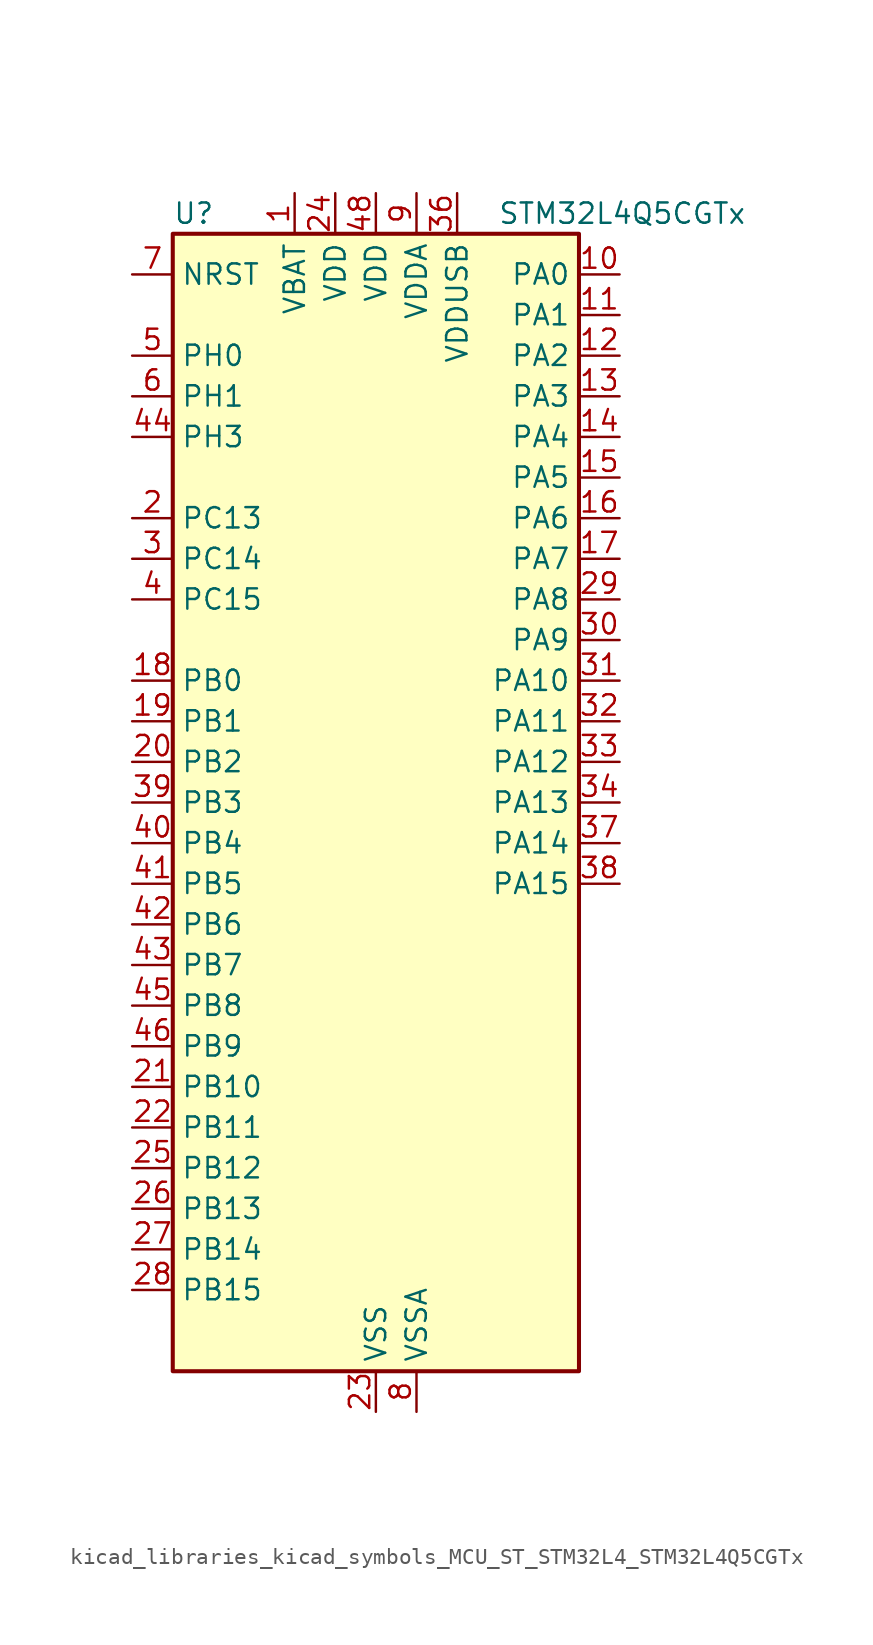
<source format=kicad_sym>
(kicad_symbol_lib
  (version 20220914)
  (generator kicad_symbol_editor)
  (symbol "kicad_libraries_kicad_symbols_MCU_ST_STM32L4_STM32L4Q5CGTx"
    (property "Reference" "U"
      (at -12.7 36.83 0)
      (effects (font (size 1.27 1.27)) (justify left)))
    (property "Value" "STM32L4Q5CGTx"
      (at 7.62 36.83 0)
      (effects (font (size 1.27 1.27)) (justify left)))
    (property "ki_locked" ""
      (at 0 0 0)
      (effects (font (size 1.27 1.27))))
    (symbol "kicad_libraries_kicad_symbols_MCU_ST_STM32L4_STM32L4Q5CGTx_0_1"
      (rectangle (start -12.7 -35.56) (end 12.7 35.56) (stroke (width 0.254) (type default)) (fill (type background))))
    (symbol "kicad_libraries_kicad_symbols_MCU_ST_STM32L4_STM32L4Q5CGTx_1_1"
      (pin power_in line (at -5.08 38.1 270) (length 2.54) (name "VBAT" (effects (font (size 1.27 1.27)))) (number "1" (effects (font (size 1.27 1.27)))))
      (pin bidirectional line (at 15.24 33.02 180) (length 2.54) (name "PA0" (effects (font (size 1.27 1.27)))) (number "10" (effects (font (size 1.27 1.27)))) (alternate "ADC1_IN5" bidirectional line) (alternate "ADC2_IN5" bidirectional line) (alternate "OPAMP1_VINP" bidirectional line) (alternate "RTC_TAMP2" bidirectional line) (alternate "SAI1_EXTCLK" bidirectional line) (alternate "SYS_WKUP1" bidirectional line) (alternate "TIM2_CH1" bidirectional line) (alternate "TIM2_ETR" bidirectional line) (alternate "TIM5_CH1" bidirectional line) (alternate "TIM8_ETR" bidirectional line) (alternate "UART4_TX" bidirectional line) (alternate "USART2_CTS" bidirectional line) (alternate "USART2_NSS" bidirectional line))
      (pin bidirectional line (at 15.24 30.48 180) (length 2.54) (name "PA1" (effects (font (size 1.27 1.27)))) (number "11" (effects (font (size 1.27 1.27)))) (alternate "ADC1_IN6" bidirectional line) (alternate "ADC2_IN6" bidirectional line) (alternate "I2C1_SMBA" bidirectional line) (alternate "OCTOSPIM_P1_DQS" bidirectional line) (alternate "OPAMP1_VINM" bidirectional line) (alternate "SDMMC2_CMD" bidirectional line) (alternate "SPI1_SCK" bidirectional line) (alternate "TIM15_CH1N" bidirectional line) (alternate "TIM2_CH2" bidirectional line) (alternate "TIM5_CH2" bidirectional line) (alternate "UART4_RX" bidirectional line) (alternate "USART2_DE" bidirectional line) (alternate "USART2_RTS" bidirectional line))
      (pin bidirectional line (at 15.24 27.94 180) (length 2.54) (name "PA2" (effects (font (size 1.27 1.27)))) (number "12" (effects (font (size 1.27 1.27)))) (alternate "ADC1_IN7" bidirectional line) (alternate "ADC2_IN7" bidirectional line) (alternate "LPUART1_TX" bidirectional line) (alternate "OCTOSPIM_P1_NCS" bidirectional line) (alternate "RCC_LSCO" bidirectional line) (alternate "SAI2_EXTCLK" bidirectional line) (alternate "SYS_WKUP4" bidirectional line) (alternate "TIM15_CH1" bidirectional line) (alternate "TIM2_CH3" bidirectional line) (alternate "TIM5_CH3" bidirectional line) (alternate "USART2_TX" bidirectional line))
      (pin bidirectional line (at 15.24 25.4 180) (length 2.54) (name "PA3" (effects (font (size 1.27 1.27)))) (number "13" (effects (font (size 1.27 1.27)))) (alternate "ADC1_IN8" bidirectional line) (alternate "ADC2_IN8" bidirectional line) (alternate "LPUART1_RX" bidirectional line) (alternate "OCTOSPIM_P1_CLK" bidirectional line) (alternate "OPAMP1_VOUT" bidirectional line) (alternate "SAI1_CK1" bidirectional line) (alternate "SAI1_MCLK_A" bidirectional line) (alternate "TIM15_CH2" bidirectional line) (alternate "TIM2_CH4" bidirectional line) (alternate "TIM5_CH4" bidirectional line) (alternate "USART2_RX" bidirectional line))
      (pin bidirectional line (at 15.24 22.86 180) (length 2.54) (name "PA4" (effects (font (size 1.27 1.27)))) (number "14" (effects (font (size 1.27 1.27)))) (alternate "ADC1_IN9" bidirectional line) (alternate "ADC2_IN9" bidirectional line) (alternate "DAC1_OUT1" bidirectional line) (alternate "LPTIM2_OUT" bidirectional line) (alternate "LTDC_CLK" bidirectional line) (alternate "OCTOSPIM_P1_NCS" bidirectional line) (alternate "SAI1_FS_B" bidirectional line) (alternate "SPI1_NSS" bidirectional line) (alternate "SPI3_NSS" bidirectional line) (alternate "USART2_CK" bidirectional line))
      (pin bidirectional line (at 15.24 20.32 180) (length 2.54) (name "PA5" (effects (font (size 1.27 1.27)))) (number "15" (effects (font (size 1.27 1.27)))) (alternate "ADC1_IN10" bidirectional line) (alternate "ADC2_IN10" bidirectional line) (alternate "DAC1_OUT2" bidirectional line) (alternate "LPTIM2_ETR" bidirectional line) (alternate "LTDC_R7" bidirectional line) (alternate "SPI1_SCK" bidirectional line) (alternate "TIM2_CH1" bidirectional line) (alternate "TIM2_ETR" bidirectional line) (alternate "TIM8_CH1N" bidirectional line))
      (pin bidirectional line (at 15.24 17.78 180) (length 2.54) (name "PA6" (effects (font (size 1.27 1.27)))) (number "16" (effects (font (size 1.27 1.27)))) (alternate "ADC1_IN11" bidirectional line) (alternate "ADC2_IN11" bidirectional line) (alternate "LPUART1_CTS" bidirectional line) (alternate "OCTOSPIM_P1_IO3" bidirectional line) (alternate "OPAMP2_VINP" bidirectional line) (alternate "SPI1_MISO" bidirectional line) (alternate "TIM16_CH1" bidirectional line) (alternate "TIM1_BKIN" bidirectional line) (alternate "TIM3_CH1" bidirectional line) (alternate "TIM8_BKIN" bidirectional line) (alternate "USART3_CTS" bidirectional line) (alternate "USART3_NSS" bidirectional line))
      (pin bidirectional line (at 15.24 15.24 180) (length 2.54) (name "PA7" (effects (font (size 1.27 1.27)))) (number "17" (effects (font (size 1.27 1.27)))) (alternate "ADC1_IN12" bidirectional line) (alternate "ADC2_IN12" bidirectional line) (alternate "I2C3_SCL" bidirectional line) (alternate "OCTOSPIM_P1_IO2" bidirectional line) (alternate "OPAMP2_VINM" bidirectional line) (alternate "SPI1_MOSI" bidirectional line) (alternate "TIM17_CH1" bidirectional line) (alternate "TIM1_CH1N" bidirectional line) (alternate "TIM3_CH2" bidirectional line) (alternate "TIM8_CH1N" bidirectional line))
      (pin bidirectional line (at -15.24 7.62 0) (length 2.54) (name "PB0" (effects (font (size 1.27 1.27)))) (number "18" (effects (font (size 1.27 1.27)))) (alternate "ADC1_IN15" bidirectional line) (alternate "ADC2_IN15" bidirectional line) (alternate "COMP1_OUT" bidirectional line) (alternate "LTDC_B6" bidirectional line) (alternate "OCTOSPIM_P1_IO1" bidirectional line) (alternate "OPAMP2_VOUT" bidirectional line) (alternate "SAI1_EXTCLK" bidirectional line) (alternate "SPI1_NSS" bidirectional line) (alternate "TIM1_CH2N" bidirectional line) (alternate "TIM3_CH3" bidirectional line) (alternate "TIM8_CH2N" bidirectional line) (alternate "USART3_CK" bidirectional line))
      (pin bidirectional line (at -15.24 5.08 0) (length 2.54) (name "PB1" (effects (font (size 1.27 1.27)))) (number "19" (effects (font (size 1.27 1.27)))) (alternate "ADC1_IN16" bidirectional line) (alternate "ADC2_IN16" bidirectional line) (alternate "COMP1_INM" bidirectional line) (alternate "DFSDM1_DATIN0" bidirectional line) (alternate "LPTIM2_IN1" bidirectional line) (alternate "LPUART1_DE" bidirectional line) (alternate "LPUART1_RTS" bidirectional line) (alternate "LTDC_G6" bidirectional line) (alternate "OCTOSPIM_P1_IO0" bidirectional line) (alternate "TIM1_CH3N" bidirectional line) (alternate "TIM3_CH4" bidirectional line) (alternate "TIM8_CH3N" bidirectional line) (alternate "USART3_DE" bidirectional line) (alternate "USART3_RTS" bidirectional line))
      (pin bidirectional line (at -15.24 17.78 0) (length 2.54) (name "PC13" (effects (font (size 1.27 1.27)))) (number "2" (effects (font (size 1.27 1.27)))) (alternate "RTC_OUT1" bidirectional line) (alternate "RTC_TAMP1" bidirectional line) (alternate "RTC_TS" bidirectional line) (alternate "SYS_WKUP2" bidirectional line))
      (pin bidirectional line (at -15.24 2.54 0) (length 2.54) (name "PB2" (effects (font (size 1.27 1.27)))) (number "20" (effects (font (size 1.27 1.27)))) (alternate "COMP1_INP" bidirectional line) (alternate "DFSDM1_CKIN0" bidirectional line) (alternate "I2C3_SMBA" bidirectional line) (alternate "LPTIM1_OUT" bidirectional line) (alternate "OCTOSPIM_P1_DQS" bidirectional line) (alternate "RTC_OUT2" bidirectional line))
      (pin bidirectional line (at -15.24 -17.78 0) (length 2.54) (name "PB10" (effects (font (size 1.27 1.27)))) (number "21" (effects (font (size 1.27 1.27)))) (alternate "COMP1_OUT" bidirectional line) (alternate "I2C2_SCL" bidirectional line) (alternate "I2C4_SCL" bidirectional line) (alternate "LPUART1_RX" bidirectional line) (alternate "OCTOSPIM_P1_CLK" bidirectional line) (alternate "OCTOSPIM_P1_IO3" bidirectional line) (alternate "SAI1_SCK_A" bidirectional line) (alternate "SPI2_SCK" bidirectional line) (alternate "TIM2_CH3" bidirectional line) (alternate "TSC_SYNC" bidirectional line) (alternate "USART3_TX" bidirectional line))
      (pin bidirectional line (at -15.24 -20.32 0) (length 2.54) (name "PB11" (effects (font (size 1.27 1.27)))) (number "22" (effects (font (size 1.27 1.27)))) (alternate "ADC1_EXTI11" bidirectional line) (alternate "ADC2_EXTI11" bidirectional line) (alternate "COMP2_OUT" bidirectional line) (alternate "I2C2_SDA" bidirectional line) (alternate "I2C4_SDA" bidirectional line) (alternate "LPUART1_TX" bidirectional line) (alternate "LTDC_VSYNC" bidirectional line) (alternate "OCTOSPIM_P1_NCS" bidirectional line) (alternate "TIM2_CH4" bidirectional line) (alternate "USART3_RX" bidirectional line))
      (pin power_in line (at 0 -38.1 90) (length 2.54) (name "VSS" (effects (font (size 1.27 1.27)))) (number "23" (effects (font (size 1.27 1.27)))))
      (pin power_in line (at -2.54 38.1 270) (length 2.54) (name "VDD" (effects (font (size 1.27 1.27)))) (number "24" (effects (font (size 1.27 1.27)))))
      (pin bidirectional line (at -15.24 -22.86 0) (length 2.54) (name "PB12" (effects (font (size 1.27 1.27)))) (number "25" (effects (font (size 1.27 1.27)))) (alternate "DFSDM1_DATIN1" bidirectional line) (alternate "I2C2_SMBA" bidirectional line) (alternate "LPUART1_DE" bidirectional line) (alternate "LPUART1_RTS" bidirectional line) (alternate "OCTOSPIM_P1_NCLK" bidirectional line) (alternate "SAI2_FS_A" bidirectional line) (alternate "SDMMC2_CK" bidirectional line) (alternate "SPI2_NSS" bidirectional line) (alternate "TIM15_BKIN" bidirectional line) (alternate "TIM1_BKIN" bidirectional line) (alternate "TSC_G1_IO1" bidirectional line) (alternate "USART3_CK" bidirectional line))
      (pin bidirectional line (at -15.24 -25.4 0) (length 2.54) (name "PB13" (effects (font (size 1.27 1.27)))) (number "26" (effects (font (size 1.27 1.27)))) (alternate "DFSDM1_CKIN1" bidirectional line) (alternate "I2C2_SCL" bidirectional line) (alternate "LPUART1_CTS" bidirectional line) (alternate "OCTOSPIM_P1_IO1" bidirectional line) (alternate "SAI2_SCK_A" bidirectional line) (alternate "SPI2_SCK" bidirectional line) (alternate "TIM15_CH1N" bidirectional line) (alternate "TIM1_CH1N" bidirectional line) (alternate "TSC_G1_IO2" bidirectional line) (alternate "USART3_CTS" bidirectional line) (alternate "USART3_NSS" bidirectional line))
      (pin bidirectional line (at -15.24 -27.94 0) (length 2.54) (name "PB14" (effects (font (size 1.27 1.27)))) (number "27" (effects (font (size 1.27 1.27)))) (alternate "DFSDM1_DATIN2" bidirectional line) (alternate "I2C2_SDA" bidirectional line) (alternate "OCTOSPIM_P1_IO6" bidirectional line) (alternate "SAI2_MCLK_A" bidirectional line) (alternate "SDMMC2_D0" bidirectional line) (alternate "SPI2_MISO" bidirectional line) (alternate "TIM15_CH1" bidirectional line) (alternate "TIM1_CH2N" bidirectional line) (alternate "TIM8_CH2N" bidirectional line) (alternate "TSC_G1_IO3" bidirectional line) (alternate "USART3_DE" bidirectional line) (alternate "USART3_RTS" bidirectional line))
      (pin bidirectional line (at -15.24 -30.48 0) (length 2.54) (name "PB15" (effects (font (size 1.27 1.27)))) (number "28" (effects (font (size 1.27 1.27)))) (alternate "ADC1_EXTI15" bidirectional line) (alternate "ADC2_EXTI15" bidirectional line) (alternate "DFSDM1_CKIN2" bidirectional line) (alternate "OCTOSPIM_P1_IO7" bidirectional line) (alternate "RTC_REFIN" bidirectional line) (alternate "SAI2_SD_A" bidirectional line) (alternate "SDMMC2_D1" bidirectional line) (alternate "SPI2_MOSI" bidirectional line) (alternate "TIM15_CH2" bidirectional line) (alternate "TIM1_CH3N" bidirectional line) (alternate "TIM8_CH3N" bidirectional line) (alternate "TSC_G1_IO4" bidirectional line))
      (pin bidirectional line (at 15.24 12.7 180) (length 2.54) (name "PA8" (effects (font (size 1.27 1.27)))) (number "29" (effects (font (size 1.27 1.27)))) (alternate "LPTIM2_OUT" bidirectional line) (alternate "LTDC_B7" bidirectional line) (alternate "RCC_MCO" bidirectional line) (alternate "SAI1_CK2" bidirectional line) (alternate "SAI1_SCK_A" bidirectional line) (alternate "TIM1_CH1" bidirectional line) (alternate "USART1_CK" bidirectional line) (alternate "USB_OTG_FS_SOF" bidirectional line))
      (pin bidirectional line (at -15.24 15.24 0) (length 2.54) (name "PC14" (effects (font (size 1.27 1.27)))) (number "3" (effects (font (size 1.27 1.27)))) (alternate "RCC_OSC32_IN" bidirectional line))
      (pin bidirectional line (at 15.24 10.16 180) (length 2.54) (name "PA9" (effects (font (size 1.27 1.27)))) (number "30" (effects (font (size 1.27 1.27)))) (alternate "DAC1_EXTI9" bidirectional line) (alternate "LTDC_G7" bidirectional line) (alternate "SAI1_FS_A" bidirectional line) (alternate "SPI2_SCK" bidirectional line) (alternate "TIM15_BKIN" bidirectional line) (alternate "TIM1_CH2" bidirectional line) (alternate "USART1_TX" bidirectional line) (alternate "USB_OTG_FS_VBUS" bidirectional line))
      (pin bidirectional line (at 15.24 7.62 180) (length 2.54) (name "PA10" (effects (font (size 1.27 1.27)))) (number "31" (effects (font (size 1.27 1.27)))) (alternate "LTDC_G6" bidirectional line) (alternate "SAI1_D1" bidirectional line) (alternate "SAI1_SD_A" bidirectional line) (alternate "TIM17_BKIN" bidirectional line) (alternate "TIM1_CH3" bidirectional line) (alternate "USART1_RX" bidirectional line) (alternate "USB_OTG_FS_ID" bidirectional line))
      (pin bidirectional line (at 15.24 5.08 180) (length 2.54) (name "PA11" (effects (font (size 1.27 1.27)))) (number "32" (effects (font (size 1.27 1.27)))) (alternate "ADC1_EXTI11" bidirectional line) (alternate "ADC2_EXTI11" bidirectional line) (alternate "CAN1_RX" bidirectional line) (alternate "LTDC_DE" bidirectional line) (alternate "SPI1_MISO" bidirectional line) (alternate "TIM1_BKIN2" bidirectional line) (alternate "TIM1_CH4" bidirectional line) (alternate "USART1_CTS" bidirectional line) (alternate "USART1_NSS" bidirectional line) (alternate "USB_OTG_FS_DM" bidirectional line))
      (pin bidirectional line (at 15.24 2.54 180) (length 2.54) (name "PA12" (effects (font (size 1.27 1.27)))) (number "33" (effects (font (size 1.27 1.27)))) (alternate "CAN1_TX" bidirectional line) (alternate "LTDC_VSYNC" bidirectional line) (alternate "OCTOSPIM_P2_NCS" bidirectional line) (alternate "SPI1_MOSI" bidirectional line) (alternate "TIM1_ETR" bidirectional line) (alternate "USART1_DE" bidirectional line) (alternate "USART1_RTS" bidirectional line) (alternate "USB_OTG_FS_DP" bidirectional line))
      (pin bidirectional line (at 15.24 0 180) (length 2.54) (name "PA13" (effects (font (size 1.27 1.27)))) (number "34" (effects (font (size 1.27 1.27)))) (alternate "IR_OUT" bidirectional line) (alternate "SAI1_SD_B" bidirectional line) (alternate "SYS_JTMS-SWDIO" bidirectional line) (alternate "USB_OTG_FS_NOE" bidirectional line))
      (pin passive line (at 0 -38.1 90) (length 2.54) hide (name "VSS" (effects (font (size 1.27 1.27)))) (number "35" (effects (font (size 1.27 1.27)))))
      (pin power_in line (at 5.08 38.1 270) (length 2.54) (name "VDDUSB" (effects (font (size 1.27 1.27)))) (number "36" (effects (font (size 1.27 1.27)))))
      (pin bidirectional line (at 15.24 -2.54 180) (length 2.54) (name "PA14" (effects (font (size 1.27 1.27)))) (number "37" (effects (font (size 1.27 1.27)))) (alternate "I2C1_SMBA" bidirectional line) (alternate "I2C4_SMBA" bidirectional line) (alternate "LPTIM1_OUT" bidirectional line) (alternate "SAI1_FS_B" bidirectional line) (alternate "SYS_JTCK-SWCLK" bidirectional line) (alternate "USB_OTG_FS_SOF" bidirectional line))
      (pin bidirectional line (at 15.24 -5.08 180) (length 2.54) (name "PA15" (effects (font (size 1.27 1.27)))) (number "38" (effects (font (size 1.27 1.27)))) (alternate "ADC1_EXTI15" bidirectional line) (alternate "ADC2_EXTI15" bidirectional line) (alternate "LTDC_HSYNC" bidirectional line) (alternate "SAI2_FS_B" bidirectional line) (alternate "SPI1_NSS" bidirectional line) (alternate "SPI3_NSS" bidirectional line) (alternate "SYS_JTDI" bidirectional line) (alternate "TIM2_CH1" bidirectional line) (alternate "TIM2_ETR" bidirectional line) (alternate "TSC_G3_IO1" bidirectional line) (alternate "UART4_DE" bidirectional line) (alternate "UART4_RTS" bidirectional line) (alternate "USART2_RX" bidirectional line) (alternate "USART3_DE" bidirectional line) (alternate "USART3_RTS" bidirectional line))
      (pin bidirectional line (at -15.24 0 0) (length 2.54) (name "PB3" (effects (font (size 1.27 1.27)))) (number "39" (effects (font (size 1.27 1.27)))) (alternate "COMP2_INM" bidirectional line) (alternate "CRS_SYNC" bidirectional line) (alternate "OCTOSPIM_P1_IO4" bidirectional line) (alternate "SAI1_SCK_B" bidirectional line) (alternate "SDMMC2_D2" bidirectional line) (alternate "SPI1_SCK" bidirectional line) (alternate "SPI3_SCK" bidirectional line) (alternate "SYS_JTDO-SWO" bidirectional line) (alternate "TIM2_CH2" bidirectional line) (alternate "USART1_DE" bidirectional line) (alternate "USART1_RTS" bidirectional line))
      (pin bidirectional line (at -15.24 12.7 0) (length 2.54) (name "PC15" (effects (font (size 1.27 1.27)))) (number "4" (effects (font (size 1.27 1.27)))) (alternate "ADC1_EXTI15" bidirectional line) (alternate "ADC2_EXTI15" bidirectional line) (alternate "RCC_OSC32_OUT" bidirectional line))
      (pin bidirectional line (at -15.24 -2.54 0) (length 2.54) (name "PB4" (effects (font (size 1.27 1.27)))) (number "40" (effects (font (size 1.27 1.27)))) (alternate "COMP2_INP" bidirectional line) (alternate "I2C3_SDA" bidirectional line) (alternate "OCTOSPIM_P1_IO5" bidirectional line) (alternate "SAI1_MCLK_B" bidirectional line) (alternate "SDMMC2_D3" bidirectional line) (alternate "SPI1_MISO" bidirectional line) (alternate "SPI3_MISO" bidirectional line) (alternate "SYS_JTRST" bidirectional line) (alternate "TIM17_BKIN" bidirectional line) (alternate "TIM3_CH1" bidirectional line) (alternate "TSC_G2_IO1" bidirectional line) (alternate "USART1_CTS" bidirectional line) (alternate "USART1_NSS" bidirectional line))
      (pin bidirectional line (at -15.24 -5.08 0) (length 2.54) (name "PB5" (effects (font (size 1.27 1.27)))) (number "41" (effects (font (size 1.27 1.27)))) (alternate "COMP2_OUT" bidirectional line) (alternate "I2C1_SMBA" bidirectional line) (alternate "LPTIM1_IN1" bidirectional line) (alternate "OCTOSPIM_P1_IO0" bidirectional line) (alternate "SAI1_SD_B" bidirectional line) (alternate "SPI1_MOSI" bidirectional line) (alternate "SPI3_MOSI" bidirectional line) (alternate "TIM16_BKIN" bidirectional line) (alternate "TIM3_CH2" bidirectional line) (alternate "TSC_G2_IO2" bidirectional line) (alternate "USART1_CK" bidirectional line))
      (pin bidirectional line (at -15.24 -7.62 0) (length 2.54) (name "PB6" (effects (font (size 1.27 1.27)))) (number "42" (effects (font (size 1.27 1.27)))) (alternate "COMP2_INP" bidirectional line) (alternate "I2C1_SCL" bidirectional line) (alternate "I2C4_SCL" bidirectional line) (alternate "LPTIM1_ETR" bidirectional line) (alternate "LTDC_R6" bidirectional line) (alternate "SAI1_FS_B" bidirectional line) (alternate "TIM16_CH1N" bidirectional line) (alternate "TIM4_CH1" bidirectional line) (alternate "TIM8_BKIN2" bidirectional line) (alternate "TSC_G2_IO3" bidirectional line) (alternate "USART1_TX" bidirectional line))
      (pin bidirectional line (at -15.24 -10.16 0) (length 2.54) (name "PB7" (effects (font (size 1.27 1.27)))) (number "43" (effects (font (size 1.27 1.27)))) (alternate "COMP2_INM" bidirectional line) (alternate "I2C1_SDA" bidirectional line) (alternate "I2C4_SDA" bidirectional line) (alternate "LPTIM1_IN2" bidirectional line) (alternate "LTDC_VSYNC" bidirectional line) (alternate "SYS_PVD_IN" bidirectional line) (alternate "TIM17_CH1N" bidirectional line) (alternate "TIM4_CH2" bidirectional line) (alternate "TIM8_BKIN" bidirectional line) (alternate "TSC_G2_IO4" bidirectional line) (alternate "UART4_CTS" bidirectional line) (alternate "USART1_RX" bidirectional line))
      (pin bidirectional line (at -15.24 22.86 0) (length 2.54) (name "PH3" (effects (font (size 1.27 1.27)))) (number "44" (effects (font (size 1.27 1.27)))))
      (pin bidirectional line (at -15.24 -12.7 0) (length 2.54) (name "PB8" (effects (font (size 1.27 1.27)))) (number "45" (effects (font (size 1.27 1.27)))) (alternate "CAN1_RX" bidirectional line) (alternate "DFSDM1_CKOUT" bidirectional line) (alternate "I2C1_SCL" bidirectional line) (alternate "LTDC_DE" bidirectional line) (alternate "SAI1_CK1" bidirectional line) (alternate "SAI1_MCLK_A" bidirectional line) (alternate "SDMMC2_D4" bidirectional line) (alternate "TIM16_CH1" bidirectional line) (alternate "TIM4_CH3" bidirectional line))
      (pin bidirectional line (at -15.24 -15.24 0) (length 2.54) (name "PB9" (effects (font (size 1.27 1.27)))) (number "46" (effects (font (size 1.27 1.27)))) (alternate "CAN1_TX" bidirectional line) (alternate "DAC1_EXTI9" bidirectional line) (alternate "I2C1_SDA" bidirectional line) (alternate "IR_OUT" bidirectional line) (alternate "SAI1_D2" bidirectional line) (alternate "SAI1_FS_A" bidirectional line) (alternate "SDMMC2_D5" bidirectional line) (alternate "SPI2_NSS" bidirectional line) (alternate "TIM17_CH1" bidirectional line) (alternate "TIM4_CH4" bidirectional line))
      (pin passive line (at 0 -38.1 90) (length 2.54) hide (name "VSS" (effects (font (size 1.27 1.27)))) (number "47" (effects (font (size 1.27 1.27)))))
      (pin power_in line (at 0 38.1 270) (length 2.54) (name "VDD" (effects (font (size 1.27 1.27)))) (number "48" (effects (font (size 1.27 1.27)))))
      (pin bidirectional line (at -15.24 27.94 0) (length 2.54) (name "PH0" (effects (font (size 1.27 1.27)))) (number "5" (effects (font (size 1.27 1.27)))) (alternate "RCC_OSC_IN" bidirectional line))
      (pin bidirectional line (at -15.24 25.4 0) (length 2.54) (name "PH1" (effects (font (size 1.27 1.27)))) (number "6" (effects (font (size 1.27 1.27)))) (alternate "RCC_OSC_OUT" bidirectional line))
      (pin input line (at -15.24 33.02 0) (length 2.54) (name "NRST" (effects (font (size 1.27 1.27)))) (number "7" (effects (font (size 1.27 1.27)))))
      (pin power_in line (at 2.54 -38.1 90) (length 2.54) (name "VSSA" (effects (font (size 1.27 1.27)))) (number "8" (effects (font (size 1.27 1.27)))))
      (pin power_in line (at 2.54 38.1 270) (length 2.54) (name "VDDA" (effects (font (size 1.27 1.27)))) (number "9" (effects (font (size 1.27 1.27))))))))
</source>
